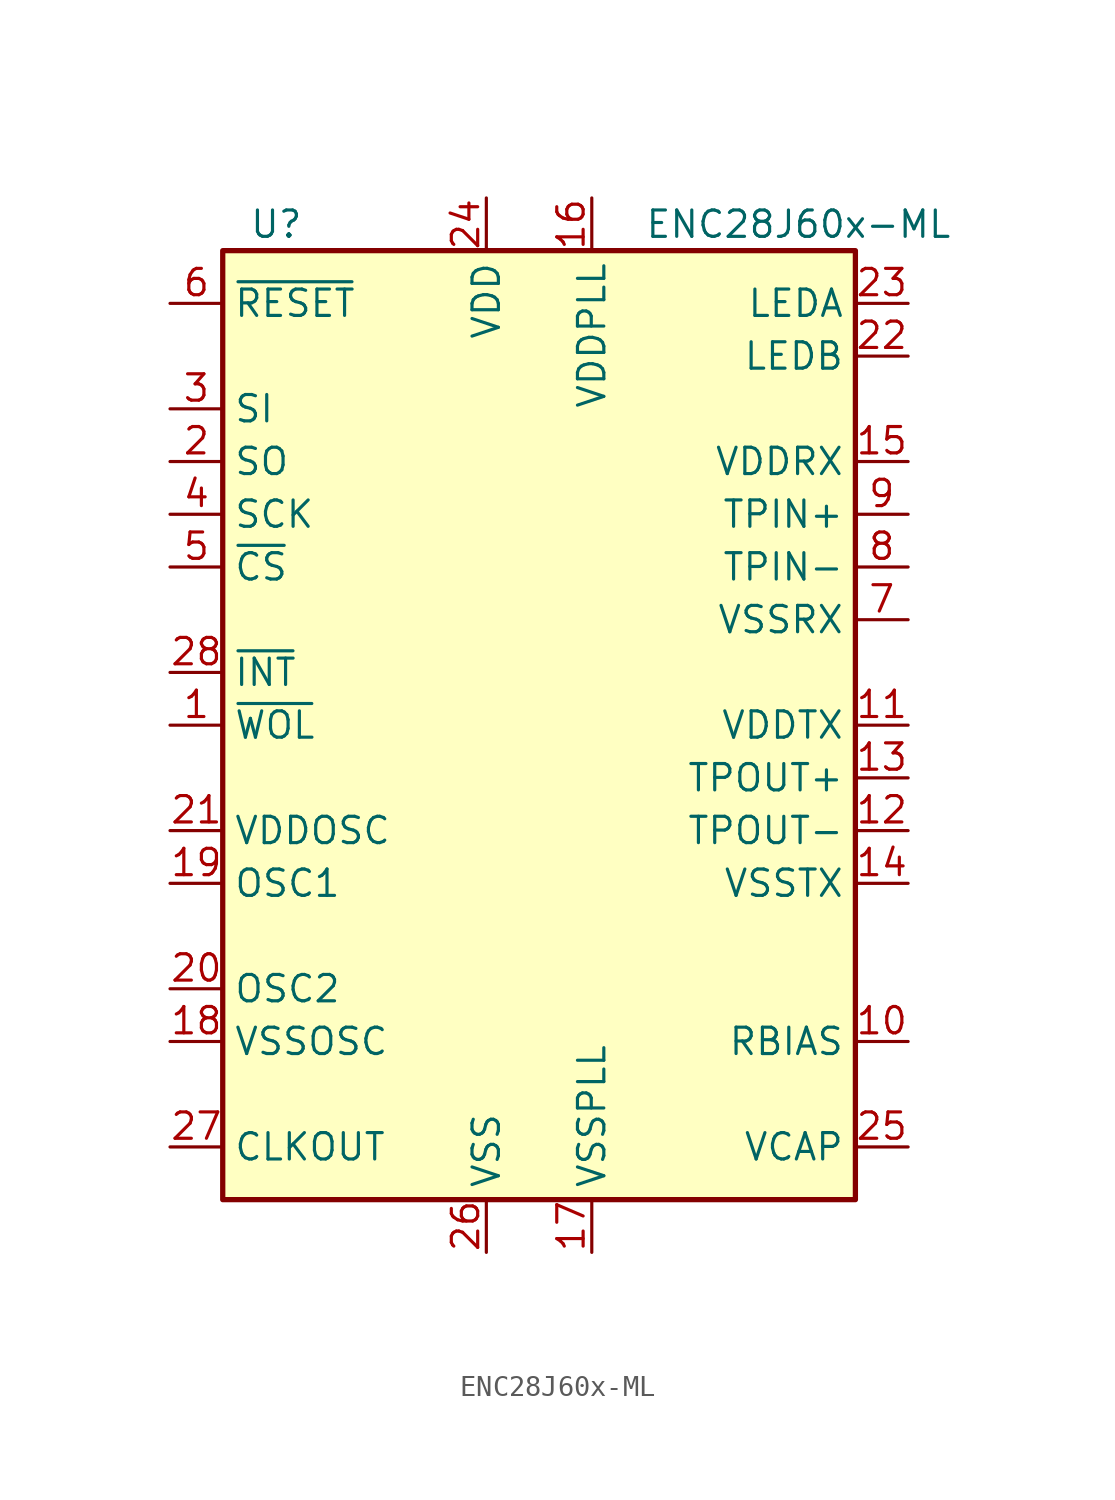
<source format=kicad_sym>
(kicad_symbol_lib
  (version 20211014)
  (generator kicad_symbol_editor)
  (symbol "ENC28J60x-ML"
    (property "Reference" "U"
      (at -13.97 24.13 0)
      (effects (font (size 1.27 1.27)) (justify left)))
    (property "Value" "ENC28J60x-ML"
      (at 5.08 24.13 0)
      (effects (font (size 1.27 1.27)) (justify left)))
    (symbol "ENC28J60x-ML_0_1"
      (rectangle (start -15.24 22.86) (end 15.24 -22.86) (stroke (width 0.254) (type default) (color 0 0 0 0)) (fill (type background))))
    (symbol "ENC28J60x-ML_1_1"
      (pin output line (at -17.78 0 0) (length 2.54) (name "~{WOL}" (effects (font (size 1.27 1.27)))) (number "1" (effects (font (size 1.27 1.27)))))
      (pin input line (at 17.78 -15.24 180) (length 2.54) (name "RBIAS" (effects (font (size 1.27 1.27)))) (number "10" (effects (font (size 1.27 1.27)))))
      (pin power_in line (at 17.78 0 180) (length 2.54) (name "VDDTX" (effects (font (size 1.27 1.27)))) (number "11" (effects (font (size 1.27 1.27)))))
      (pin output line (at 17.78 -5.08 180) (length 2.54) (name "TPOUT-" (effects (font (size 1.27 1.27)))) (number "12" (effects (font (size 1.27 1.27)))))
      (pin output line (at 17.78 -2.54 180) (length 2.54) (name "TPOUT+" (effects (font (size 1.27 1.27)))) (number "13" (effects (font (size 1.27 1.27)))))
      (pin power_out line (at 17.78 -7.62 180) (length 2.54) (name "VSSTX" (effects (font (size 1.27 1.27)))) (number "14" (effects (font (size 1.27 1.27)))))
      (pin power_in line (at 17.78 12.7 180) (length 2.54) (name "VDDRX" (effects (font (size 1.27 1.27)))) (number "15" (effects (font (size 1.27 1.27)))))
      (pin power_in line (at 2.54 25.4 270) (length 2.54) (name "VDDPLL" (effects (font (size 1.27 1.27)))) (number "16" (effects (font (size 1.27 1.27)))))
      (pin power_in line (at 2.54 -25.4 90) (length 2.54) (name "VSSPLL" (effects (font (size 1.27 1.27)))) (number "17" (effects (font (size 1.27 1.27)))))
      (pin power_in line (at -17.78 -15.24 0) (length 2.54) (name "VSSOSC" (effects (font (size 1.27 1.27)))) (number "18" (effects (font (size 1.27 1.27)))))
      (pin input line (at -17.78 -7.62 0) (length 2.54) (name "OSC1" (effects (font (size 1.27 1.27)))) (number "19" (effects (font (size 1.27 1.27)))))
      (pin output line (at -17.78 12.7 0) (length 2.54) (name "SO" (effects (font (size 1.27 1.27)))) (number "2" (effects (font (size 1.27 1.27)))))
      (pin output line (at -17.78 -12.7 0) (length 2.54) (name "OSC2" (effects (font (size 1.27 1.27)))) (number "20" (effects (font (size 1.27 1.27)))))
      (pin power_in line (at -17.78 -5.08 0) (length 2.54) (name "VDDOSC" (effects (font (size 1.27 1.27)))) (number "21" (effects (font (size 1.27 1.27)))))
      (pin output line (at 17.78 17.78 180) (length 2.54) (name "LEDB" (effects (font (size 1.27 1.27)))) (number "22" (effects (font (size 1.27 1.27)))))
      (pin output line (at 17.78 20.32 180) (length 2.54) (name "LEDA" (effects (font (size 1.27 1.27)))) (number "23" (effects (font (size 1.27 1.27)))))
      (pin power_in line (at -2.54 25.4 270) (length 2.54) (name "VDD" (effects (font (size 1.27 1.27)))) (number "24" (effects (font (size 1.27 1.27)))))
      (pin input line (at 17.78 -20.32 180) (length 2.54) (name "VCAP" (effects (font (size 1.27 1.27)))) (number "25" (effects (font (size 1.27 1.27)))))
      (pin power_in line (at -2.54 -25.4 90) (length 2.54) (name "VSS" (effects (font (size 1.27 1.27)))) (number "26" (effects (font (size 1.27 1.27)))))
      (pin output line (at -17.78 -20.32 0) (length 2.54) (name "CLKOUT" (effects (font (size 1.27 1.27)))) (number "27" (effects (font (size 1.27 1.27)))))
      (pin output line (at -17.78 2.54 0) (length 2.54) (name "~{INT}" (effects (font (size 1.27 1.27)))) (number "28" (effects (font (size 1.27 1.27)))))
      (pin input line (at -17.78 15.24 0) (length 2.54) (name "SI" (effects (font (size 1.27 1.27)))) (number "3" (effects (font (size 1.27 1.27)))))
      (pin input line (at -17.78 10.16 0) (length 2.54) (name "SCK" (effects (font (size 1.27 1.27)))) (number "4" (effects (font (size 1.27 1.27)))))
      (pin input line (at -17.78 7.62 0) (length 2.54) (name "~{CS}" (effects (font (size 1.27 1.27)))) (number "5" (effects (font (size 1.27 1.27)))))
      (pin input line (at -17.78 20.32 0) (length 2.54) (name "~{RESET}" (effects (font (size 1.27 1.27)))) (number "6" (effects (font (size 1.27 1.27)))))
      (pin power_out line (at 17.78 5.08 180) (length 2.54) (name "VSSRX" (effects (font (size 1.27 1.27)))) (number "7" (effects (font (size 1.27 1.27)))))
      (pin input line (at 17.78 7.62 180) (length 2.54) (name "TPIN-" (effects (font (size 1.27 1.27)))) (number "8" (effects (font (size 1.27 1.27)))))
      (pin input line (at 17.78 10.16 180) (length 2.54) (name "TPIN+" (effects (font (size 1.27 1.27)))) (number "9" (effects (font (size 1.27 1.27))))))))
</source>
